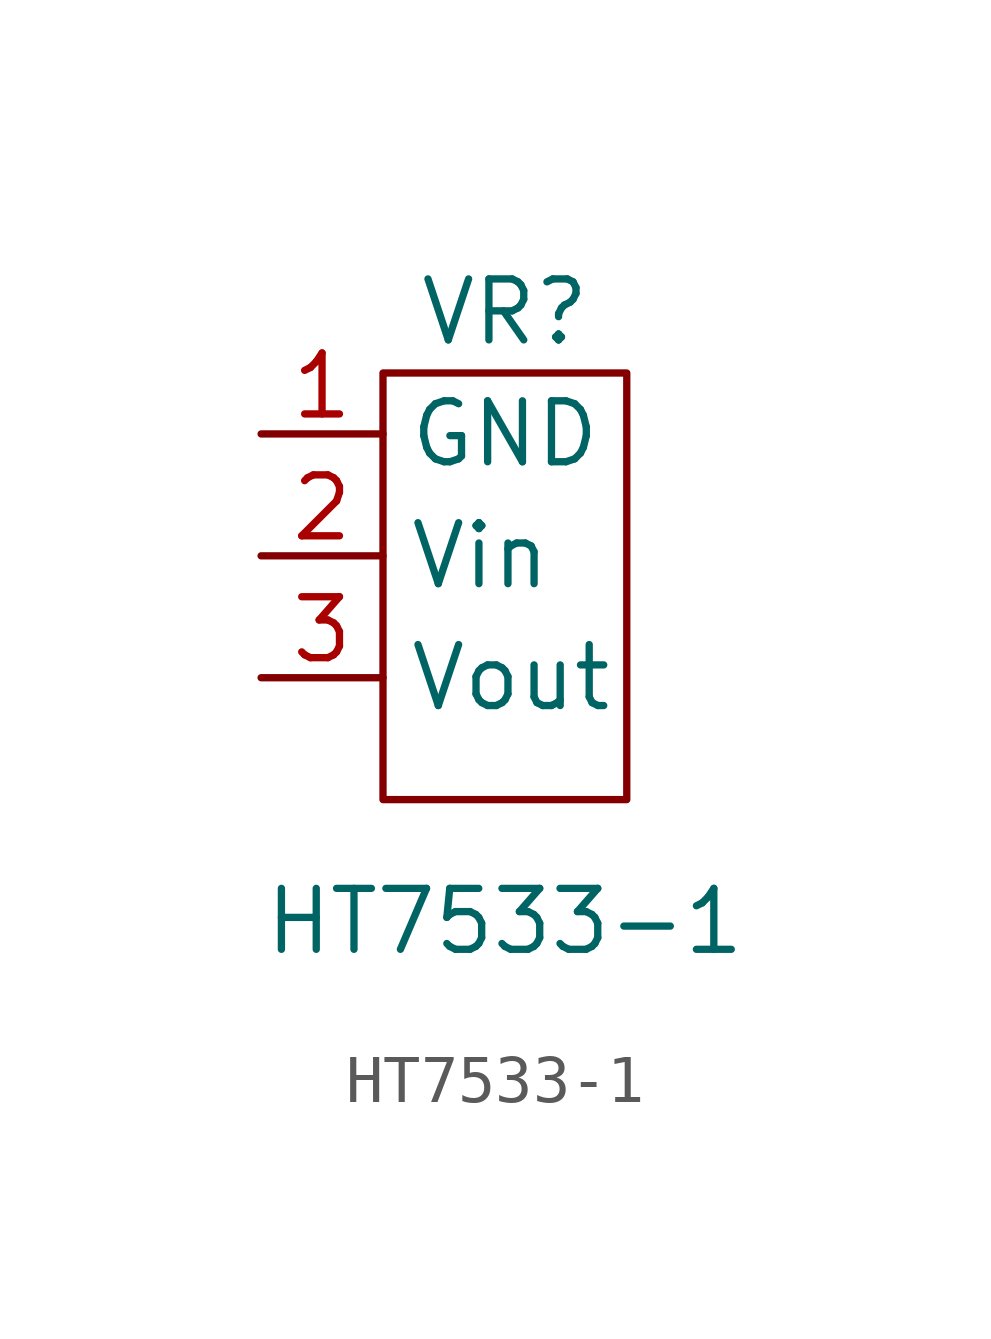
<source format=kicad_sym>
(kicad_symbol_lib
  (version 20211014)
  (generator kicad_symbol_editor)
  (symbol "HT7533-1"
    (property "Reference" "VR"
      (at 0 3.81 0)
      (effects (font (size 1.27 1.27))))
    (property "Value" "HT7533-1"
      (at 0 -8.89 0)
      (effects (font (size 1.27 1.27))))
    (symbol "HT7533-1_0_1"
      (rectangle (start -2.54 2.54) (end 2.54 -6.35) (stroke (width 0) (type default) (color 0 0 0 0)) (fill (type none))))
    (symbol "HT7533-1_1_1"
      (pin input line (at -5.08 1.27 0) (length 2.54) (name "GND" (effects (font (size 1.27 1.27)))) (number "1" (effects (font (size 1.27 1.27)))))
      (pin input line (at -5.08 -1.27 0) (length 2.54) (name "Vin" (effects (font (size 1.27 1.27)))) (number "2" (effects (font (size 1.27 1.27)))))
      (pin input line (at -5.08 -3.81 0) (length 2.54) (name "Vout" (effects (font (size 1.27 1.27)))) (number "3" (effects (font (size 1.27 1.27))))))))
</source>
